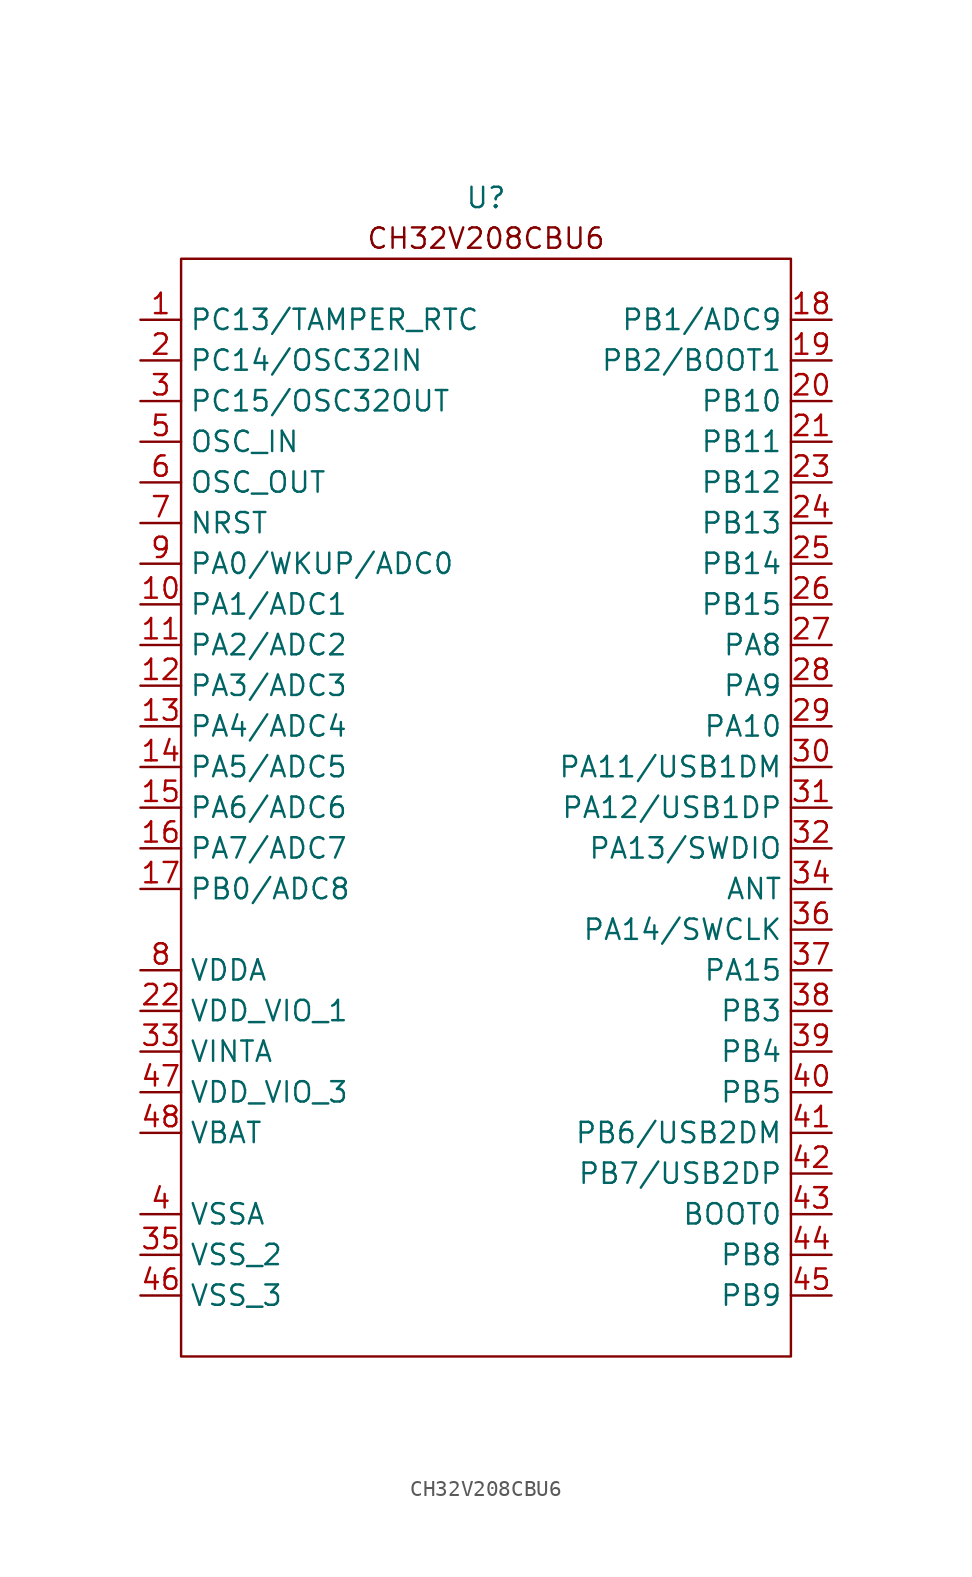
<source format=kicad_sym>
(kicad_symbol_lib
  (version 20220914)
  (generator kicad_symbol_editor)
  (symbol "CH32V208CBU6"
    (property "Reference" "U"
      (at 0 7.62 0)
      (effects (font (size 1.27 1.27))))
    (property "Value" ""
      (at 1.27 0 0)
      (effects (font (size 1.27 1.27))))
    (symbol "CH32V208CBU6_0_1"
      (rectangle (start -19.05 3.81) (end 19.05 -64.77) (stroke (width 0) (type default)) (fill (type none)))
      (text "CH32V208CBU6" (at 0 5.08 0) (effects (font (size 1.27 1.27)))))
    (symbol "CH32V208CBU6_1_1"
      (pin input line (at -21.59 0 0) (length 2.54) (name "PC13/TAMPER_RTC" (effects (font (size 1.27 1.27)))) (number "1" (effects (font (size 1.27 1.27)))))
      (pin input line (at -21.59 -17.78 0) (length 2.54) (name "PA1/ADC1" (effects (font (size 1.27 1.27)))) (number "10" (effects (font (size 1.27 1.27)))))
      (pin input line (at -21.59 -20.32 0) (length 2.54) (name "PA2/ADC2" (effects (font (size 1.27 1.27)))) (number "11" (effects (font (size 1.27 1.27)))))
      (pin input line (at -21.59 -22.86 0) (length 2.54) (name "PA3/ADC3" (effects (font (size 1.27 1.27)))) (number "12" (effects (font (size 1.27 1.27)))))
      (pin input line (at -21.59 -25.4 0) (length 2.54) (name "PA4/ADC4" (effects (font (size 1.27 1.27)))) (number "13" (effects (font (size 1.27 1.27)))))
      (pin input line (at -21.59 -27.94 0) (length 2.54) (name "PA5/ADC5" (effects (font (size 1.27 1.27)))) (number "14" (effects (font (size 1.27 1.27)))))
      (pin input line (at -21.59 -30.48 0) (length 2.54) (name "PA6/ADC6" (effects (font (size 1.27 1.27)))) (number "15" (effects (font (size 1.27 1.27)))))
      (pin input line (at -21.59 -33.02 0) (length 2.54) (name "PA7/ADC7" (effects (font (size 1.27 1.27)))) (number "16" (effects (font (size 1.27 1.27)))))
      (pin input line (at -21.59 -35.56 0) (length 2.54) (name "PB0/ADC8" (effects (font (size 1.27 1.27)))) (number "17" (effects (font (size 1.27 1.27)))))
      (pin input line (at 21.59 0 180) (length 2.54) (name "PB1/ADC9" (effects (font (size 1.27 1.27)))) (number "18" (effects (font (size 1.27 1.27)))))
      (pin input line (at 21.59 -2.54 180) (length 2.54) (name "PB2/BOOT1" (effects (font (size 1.27 1.27)))) (number "19" (effects (font (size 1.27 1.27)))))
      (pin input line (at -21.59 -2.54 0) (length 2.54) (name "PC14/OSC32IN" (effects (font (size 1.27 1.27)))) (number "2" (effects (font (size 1.27 1.27)))))
      (pin input line (at 21.59 -5.08 180) (length 2.54) (name "PB10" (effects (font (size 1.27 1.27)))) (number "20" (effects (font (size 1.27 1.27)))))
      (pin input line (at 21.59 -7.62 180) (length 2.54) (name "PB11" (effects (font (size 1.27 1.27)))) (number "21" (effects (font (size 1.27 1.27)))))
      (pin input line (at -21.59 -43.18 0) (length 2.54) (name "VDD_VIO_1" (effects (font (size 1.27 1.27)))) (number "22" (effects (font (size 1.27 1.27)))))
      (pin input line (at 21.59 -10.16 180) (length 2.54) (name "PB12" (effects (font (size 1.27 1.27)))) (number "23" (effects (font (size 1.27 1.27)))))
      (pin input line (at 21.59 -12.7 180) (length 2.54) (name "PB13" (effects (font (size 1.27 1.27)))) (number "24" (effects (font (size 1.27 1.27)))))
      (pin input line (at 21.59 -15.24 180) (length 2.54) (name "PB14" (effects (font (size 1.27 1.27)))) (number "25" (effects (font (size 1.27 1.27)))))
      (pin input line (at 21.59 -17.78 180) (length 2.54) (name "PB15" (effects (font (size 1.27 1.27)))) (number "26" (effects (font (size 1.27 1.27)))))
      (pin input line (at 21.59 -20.32 180) (length 2.54) (name "PA8" (effects (font (size 1.27 1.27)))) (number "27" (effects (font (size 1.27 1.27)))))
      (pin input line (at 21.59 -22.86 180) (length 2.54) (name "PA9" (effects (font (size 1.27 1.27)))) (number "28" (effects (font (size 1.27 1.27)))))
      (pin input line (at 21.59 -25.4 180) (length 2.54) (name "PA10" (effects (font (size 1.27 1.27)))) (number "29" (effects (font (size 1.27 1.27)))))
      (pin input line (at -21.59 -5.08 0) (length 2.54) (name "PC15/OSC32OUT" (effects (font (size 1.27 1.27)))) (number "3" (effects (font (size 1.27 1.27)))))
      (pin input line (at 21.59 -27.94 180) (length 2.54) (name "PA11/USB1DM" (effects (font (size 1.27 1.27)))) (number "30" (effects (font (size 1.27 1.27)))))
      (pin input line (at 21.59 -30.48 180) (length 2.54) (name "PA12/USB1DP" (effects (font (size 1.27 1.27)))) (number "31" (effects (font (size 1.27 1.27)))))
      (pin input line (at 21.59 -33.02 180) (length 2.54) (name "PA13/SWDIO" (effects (font (size 1.27 1.27)))) (number "32" (effects (font (size 1.27 1.27)))))
      (pin input line (at -21.59 -45.72 0) (length 2.54) (name "VINTA" (effects (font (size 1.27 1.27)))) (number "33" (effects (font (size 1.27 1.27)))))
      (pin input line (at 21.59 -35.56 180) (length 2.54) (name "ANT" (effects (font (size 1.27 1.27)))) (number "34" (effects (font (size 1.27 1.27)))))
      (pin input line (at -21.59 -58.42 0) (length 2.54) (name "VSS_2" (effects (font (size 1.27 1.27)))) (number "35" (effects (font (size 1.27 1.27)))))
      (pin input line (at 21.59 -38.1 180) (length 2.54) (name "PA14/SWCLK" (effects (font (size 1.27 1.27)))) (number "36" (effects (font (size 1.27 1.27)))))
      (pin input line (at 21.59 -40.64 180) (length 2.54) (name "PA15" (effects (font (size 1.27 1.27)))) (number "37" (effects (font (size 1.27 1.27)))))
      (pin input line (at 21.59 -43.18 180) (length 2.54) (name "PB3" (effects (font (size 1.27 1.27)))) (number "38" (effects (font (size 1.27 1.27)))))
      (pin input line (at 21.59 -45.72 180) (length 2.54) (name "PB4" (effects (font (size 1.27 1.27)))) (number "39" (effects (font (size 1.27 1.27)))))
      (pin input line (at -21.59 -55.88 0) (length 2.54) (name "VSSA" (effects (font (size 1.27 1.27)))) (number "4" (effects (font (size 1.27 1.27)))))
      (pin input line (at 21.59 -48.26 180) (length 2.54) (name "PB5" (effects (font (size 1.27 1.27)))) (number "40" (effects (font (size 1.27 1.27)))))
      (pin input line (at 21.59 -50.8 180) (length 2.54) (name "PB6/USB2DM" (effects (font (size 1.27 1.27)))) (number "41" (effects (font (size 1.27 1.27)))))
      (pin input line (at 21.59 -53.34 180) (length 2.54) (name "PB7/USB2DP" (effects (font (size 1.27 1.27)))) (number "42" (effects (font (size 1.27 1.27)))))
      (pin input line (at 21.59 -55.88 180) (length 2.54) (name "BOOT0" (effects (font (size 1.27 1.27)))) (number "43" (effects (font (size 1.27 1.27)))))
      (pin input line (at 21.59 -58.42 180) (length 2.54) (name "PB8" (effects (font (size 1.27 1.27)))) (number "44" (effects (font (size 1.27 1.27)))))
      (pin input line (at 21.59 -60.96 180) (length 2.54) (name "PB9" (effects (font (size 1.27 1.27)))) (number "45" (effects (font (size 1.27 1.27)))))
      (pin input line (at -21.59 -60.96 0) (length 2.54) (name "VSS_3" (effects (font (size 1.27 1.27)))) (number "46" (effects (font (size 1.27 1.27)))))
      (pin input line (at -21.59 -48.26 0) (length 2.54) (name "VDD_VIO_3" (effects (font (size 1.27 1.27)))) (number "47" (effects (font (size 1.27 1.27)))))
      (pin input line (at -21.59 -50.8 0) (length 2.54) (name "VBAT" (effects (font (size 1.27 1.27)))) (number "48" (effects (font (size 1.27 1.27)))))
      (pin input line (at -21.59 -7.62 0) (length 2.54) (name "OSC_IN" (effects (font (size 1.27 1.27)))) (number "5" (effects (font (size 1.27 1.27)))))
      (pin input line (at -21.59 -10.16 0) (length 2.54) (name "OSC_OUT" (effects (font (size 1.27 1.27)))) (number "6" (effects (font (size 1.27 1.27)))))
      (pin input line (at -21.59 -12.7 0) (length 2.54) (name "NRST" (effects (font (size 1.27 1.27)))) (number "7" (effects (font (size 1.27 1.27)))))
      (pin input line (at -21.59 -40.64 0) (length 2.54) (name "VDDA" (effects (font (size 1.27 1.27)))) (number "8" (effects (font (size 1.27 1.27)))))
      (pin input line (at -21.59 -15.24 0) (length 2.54) (name "PA0/WKUP/ADC0" (effects (font (size 1.27 1.27)))) (number "9" (effects (font (size 1.27 1.27))))))))
</source>
